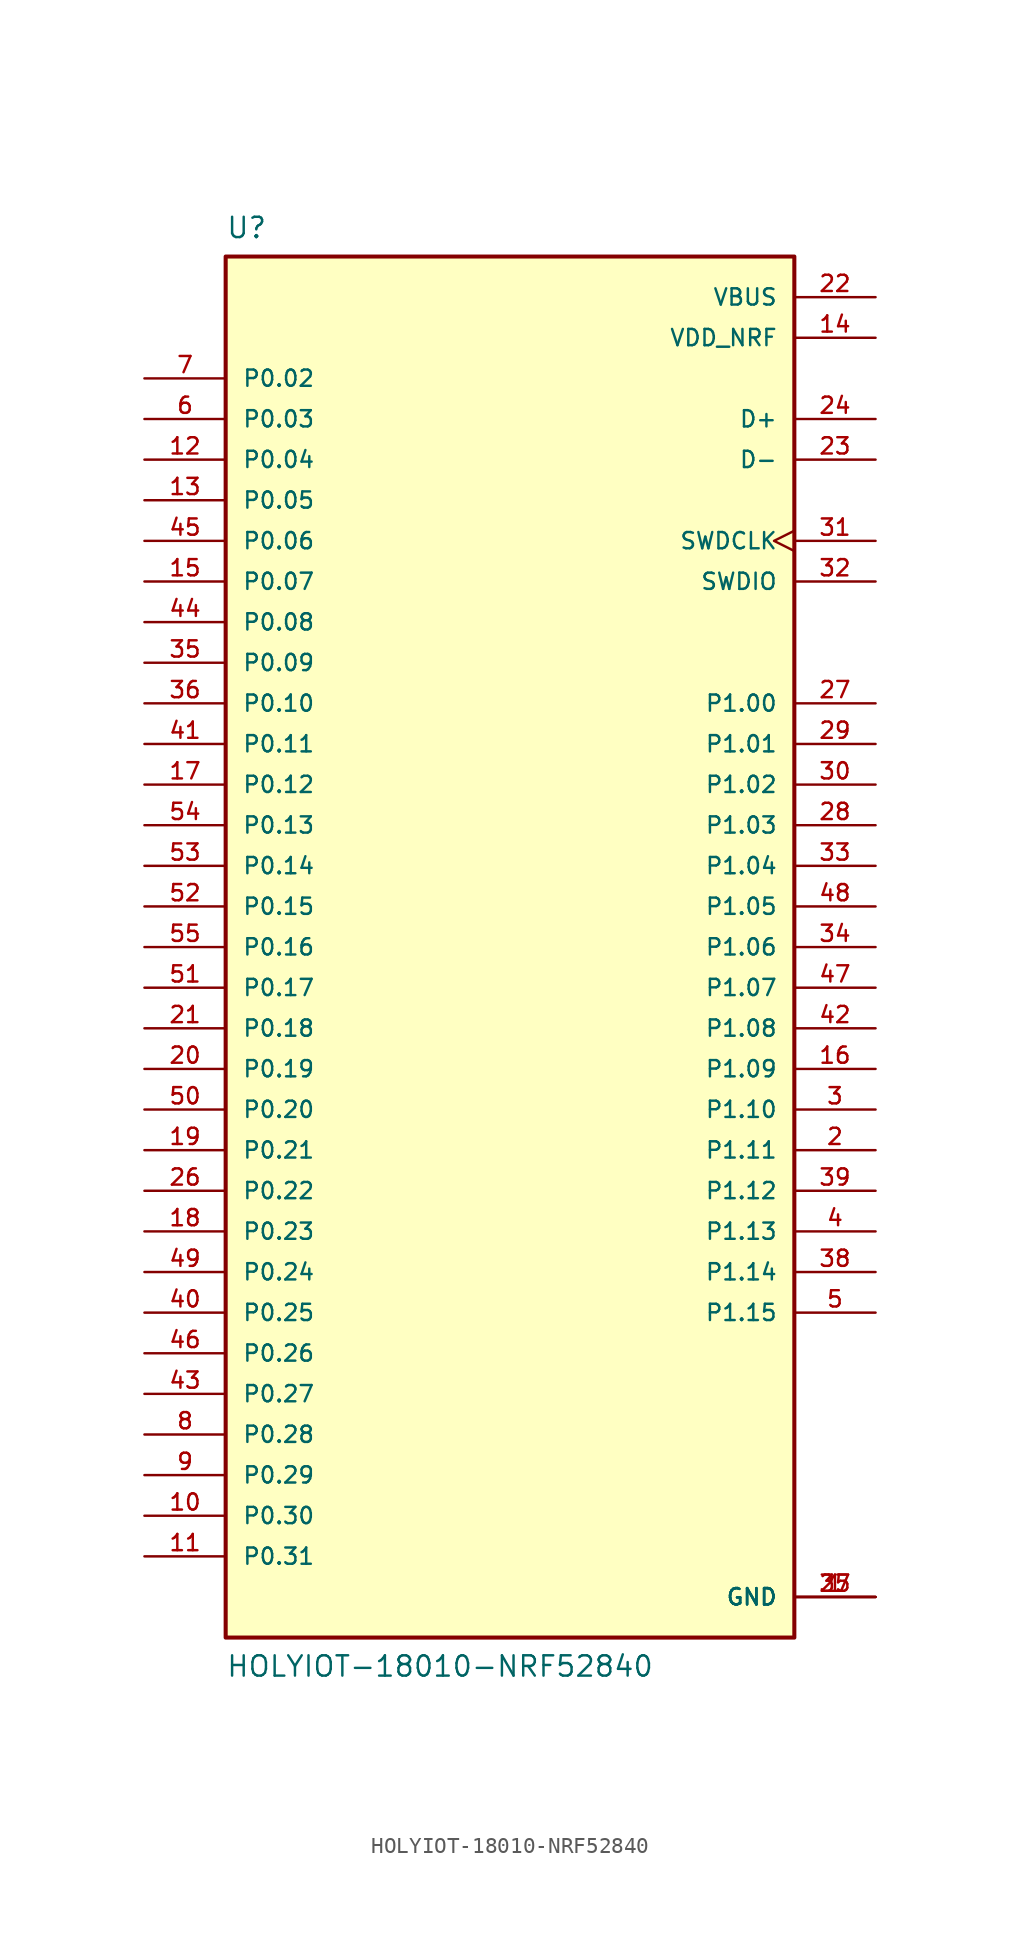
<source format=kicad_sym>
(kicad_symbol_lib
  (version 20211014)
  (generator kicad_symbol_editor)
  (symbol "HOLYIOT-18010-NRF52840"
    (pin_names
      (offset 1.016))
    (property "Reference" "U"
      (at -17.78 45.72 0)
      (effects (font (size 1.27 1.27)) (justify top left)))
    (property "Value" "HOLYIOT-18010-NRF52840"
      (at -17.78 -45.72 0)
      (effects (font (size 1.27 1.27)) (justify bottom left)))
    (symbol "HOLYIOT-18010-NRF52840_0_0"
      (rectangle (start -17.78 -43.18) (end 17.78 43.18) (stroke (width 0.254)) (fill (type background)))
      (pin power_in line (at 22.86 -40.64 180.0) (length 5.08) (name "GND" (effects (font (size 1.016 1.016)))) (number "1" (effects (font (size 1.016 1.016)))))
      (pin power_in line (at 22.86 -40.64 180.0) (length 5.08) (name "GND" (effects (font (size 1.016 1.016)))) (number "25" (effects (font (size 1.016 1.016)))))
      (pin power_in line (at 22.86 -40.64 180.0) (length 5.08) (name "GND" (effects (font (size 1.016 1.016)))) (number "37" (effects (font (size 1.016 1.016)))))
      (pin bidirectional line (at 22.86 -12.7 180.0) (length 5.08) (name "P1.11" (effects (font (size 1.016 1.016)))) (number "2" (effects (font (size 1.016 1.016)))))
      (pin bidirectional line (at 22.86 -10.16 180.0) (length 5.08) (name "P1.10" (effects (font (size 1.016 1.016)))) (number "3" (effects (font (size 1.016 1.016)))))
      (pin bidirectional line (at 22.86 -17.78 180.0) (length 5.08) (name "P1.13" (effects (font (size 1.016 1.016)))) (number "4" (effects (font (size 1.016 1.016)))))
      (pin bidirectional line (at 22.86 -22.86 180.0) (length 5.08) (name "P1.15" (effects (font (size 1.016 1.016)))) (number "5" (effects (font (size 1.016 1.016)))))
      (pin bidirectional line (at -22.86 33.02 0) (length 5.08) (name "P0.03" (effects (font (size 1.016 1.016)))) (number "6" (effects (font (size 1.016 1.016)))))
      (pin bidirectional line (at -22.86 35.56 0) (length 5.08) (name "P0.02" (effects (font (size 1.016 1.016)))) (number "7" (effects (font (size 1.016 1.016)))))
      (pin bidirectional line (at -22.86 -30.48 0) (length 5.08) (name "P0.28" (effects (font (size 1.016 1.016)))) (number "8" (effects (font (size 1.016 1.016)))))
      (pin bidirectional line (at -22.86 -33.02 0) (length 5.08) (name "P0.29" (effects (font (size 1.016 1.016)))) (number "9" (effects (font (size 1.016 1.016)))))
      (pin bidirectional line (at -22.86 -35.56 0) (length 5.08) (name "P0.30" (effects (font (size 1.016 1.016)))) (number "10" (effects (font (size 1.016 1.016)))))
      (pin bidirectional line (at -22.86 -38.1 0) (length 5.08) (name "P0.31" (effects (font (size 1.016 1.016)))) (number "11" (effects (font (size 1.016 1.016)))))
      (pin bidirectional line (at -22.86 30.48 0) (length 5.08) (name "P0.04" (effects (font (size 1.016 1.016)))) (number "12" (effects (font (size 1.016 1.016)))))
      (pin bidirectional line (at -22.86 27.94 0) (length 5.08) (name "P0.05" (effects (font (size 1.016 1.016)))) (number "13" (effects (font (size 1.016 1.016)))))
      (pin power_in line (at 22.86 38.1 180.0) (length 5.08) (name "VDD_NRF" (effects (font (size 1.016 1.016)))) (number "14" (effects (font (size 1.016 1.016)))))
      (pin bidirectional line (at -22.86 22.86 0) (length 5.08) (name "P0.07" (effects (font (size 1.016 1.016)))) (number "15" (effects (font (size 1.016 1.016)))))
      (pin bidirectional line (at 22.86 -7.62 180.0) (length 5.08) (name "P1.09" (effects (font (size 1.016 1.016)))) (number "16" (effects (font (size 1.016 1.016)))))
      (pin bidirectional line (at -22.86 -7.62 0) (length 5.08) (name "P0.19" (effects (font (size 1.016 1.016)))) (number "20" (effects (font (size 1.016 1.016)))))
      (pin bidirectional line (at -22.86 10.16 0) (length 5.08) (name "P0.12" (effects (font (size 1.016 1.016)))) (number "17" (effects (font (size 1.016 1.016)))))
      (pin bidirectional line (at -22.86 -5.08 0) (length 5.08) (name "P0.18" (effects (font (size 1.016 1.016)))) (number "21" (effects (font (size 1.016 1.016)))))
      (pin power_in line (at 22.86 40.64 180.0) (length 5.08) (name "VBUS" (effects (font (size 1.016 1.016)))) (number "22" (effects (font (size 1.016 1.016)))))
      (pin bidirectional line (at 22.86 30.48 180.0) (length 5.08) (name "D-" (effects (font (size 1.016 1.016)))) (number "23" (effects (font (size 1.016 1.016)))))
      (pin bidirectional line (at 22.86 33.02 180.0) (length 5.08) (name "D+" (effects (font (size 1.016 1.016)))) (number "24" (effects (font (size 1.016 1.016)))))
      (pin bidirectional line (at -22.86 -15.24 0) (length 5.08) (name "P0.22" (effects (font (size 1.016 1.016)))) (number "26" (effects (font (size 1.016 1.016)))))
      (pin bidirectional line (at 22.86 15.24 180.0) (length 5.08) (name "P1.00" (effects (font (size 1.016 1.016)))) (number "27" (effects (font (size 1.016 1.016)))))
      (pin bidirectional line (at 22.86 7.62 180.0) (length 5.08) (name "P1.03" (effects (font (size 1.016 1.016)))) (number "28" (effects (font (size 1.016 1.016)))))
      (pin bidirectional line (at 22.86 12.7 180.0) (length 5.08) (name "P1.01" (effects (font (size 1.016 1.016)))) (number "29" (effects (font (size 1.016 1.016)))))
      (pin bidirectional line (at 22.86 10.16 180.0) (length 5.08) (name "P1.02" (effects (font (size 1.016 1.016)))) (number "30" (effects (font (size 1.016 1.016)))))
      (pin input clock (at 22.86 25.4 180.0) (length 5.08) (name "SWDCLK" (effects (font (size 1.016 1.016)))) (number "31" (effects (font (size 1.016 1.016)))))
      (pin input line (at 22.86 22.86 180.0) (length 5.08) (name "SWDIO" (effects (font (size 1.016 1.016)))) (number "32" (effects (font (size 1.016 1.016)))))
      (pin bidirectional line (at 22.86 5.08 180.0) (length 5.08) (name "P1.04" (effects (font (size 1.016 1.016)))) (number "33" (effects (font (size 1.016 1.016)))))
      (pin bidirectional line (at 22.86 0.0 180.0) (length 5.08) (name "P1.06" (effects (font (size 1.016 1.016)))) (number "34" (effects (font (size 1.016 1.016)))))
      (pin bidirectional line (at -22.86 17.78 0) (length 5.08) (name "P0.09" (effects (font (size 1.016 1.016)))) (number "35" (effects (font (size 1.016 1.016)))))
      (pin bidirectional line (at -22.86 15.24 0) (length 5.08) (name "P0.10" (effects (font (size 1.016 1.016)))) (number "36" (effects (font (size 1.016 1.016)))))
      (pin bidirectional line (at 22.86 -20.32 180.0) (length 5.08) (name "P1.14" (effects (font (size 1.016 1.016)))) (number "38" (effects (font (size 1.016 1.016)))))
      (pin bidirectional line (at 22.86 -15.24 180.0) (length 5.08) (name "P1.12" (effects (font (size 1.016 1.016)))) (number "39" (effects (font (size 1.016 1.016)))))
      (pin bidirectional line (at -22.86 -22.86 0) (length 5.08) (name "P0.25" (effects (font (size 1.016 1.016)))) (number "40" (effects (font (size 1.016 1.016)))))
      (pin bidirectional line (at -22.86 12.7 0) (length 5.08) (name "P0.11" (effects (font (size 1.016 1.016)))) (number "41" (effects (font (size 1.016 1.016)))))
      (pin bidirectional line (at 22.86 -5.08 180.0) (length 5.08) (name "P1.08" (effects (font (size 1.016 1.016)))) (number "42" (effects (font (size 1.016 1.016)))))
      (pin bidirectional line (at -22.86 -27.94 0) (length 5.08) (name "P0.27" (effects (font (size 1.016 1.016)))) (number "43" (effects (font (size 1.016 1.016)))))
      (pin bidirectional line (at -22.86 20.32 0) (length 5.08) (name "P0.08" (effects (font (size 1.016 1.016)))) (number "44" (effects (font (size 1.016 1.016)))))
      (pin bidirectional line (at -22.86 25.4 0) (length 5.08) (name "P0.06" (effects (font (size 1.016 1.016)))) (number "45" (effects (font (size 1.016 1.016)))))
      (pin bidirectional line (at -22.86 -25.4 0) (length 5.08) (name "P0.26" (effects (font (size 1.016 1.016)))) (number "46" (effects (font (size 1.016 1.016)))))
      (pin bidirectional line (at 22.86 -2.54 180.0) (length 5.08) (name "P1.07" (effects (font (size 1.016 1.016)))) (number "47" (effects (font (size 1.016 1.016)))))
      (pin bidirectional line (at 22.86 2.54 180.0) (length 5.08) (name "P1.05" (effects (font (size 1.016 1.016)))) (number "48" (effects (font (size 1.016 1.016)))))
      (pin bidirectional line (at -22.86 -20.32 0) (length 5.08) (name "P0.24" (effects (font (size 1.016 1.016)))) (number "49" (effects (font (size 1.016 1.016)))))
      (pin bidirectional line (at -22.86 -10.16 0) (length 5.08) (name "P0.20" (effects (font (size 1.016 1.016)))) (number "50" (effects (font (size 1.016 1.016)))))
      (pin bidirectional line (at -22.86 -2.54 0) (length 5.08) (name "P0.17" (effects (font (size 1.016 1.016)))) (number "51" (effects (font (size 1.016 1.016)))))
      (pin bidirectional line (at -22.86 2.54 0) (length 5.08) (name "P0.15" (effects (font (size 1.016 1.016)))) (number "52" (effects (font (size 1.016 1.016)))))
      (pin bidirectional line (at -22.86 5.08 0) (length 5.08) (name "P0.14" (effects (font (size 1.016 1.016)))) (number "53" (effects (font (size 1.016 1.016)))))
      (pin bidirectional line (at -22.86 7.62 0) (length 5.08) (name "P0.13" (effects (font (size 1.016 1.016)))) (number "54" (effects (font (size 1.016 1.016)))))
      (pin bidirectional line (at -22.86 0.0 0) (length 5.08) (name "P0.16" (effects (font (size 1.016 1.016)))) (number "55" (effects (font (size 1.016 1.016)))))
      (pin bidirectional line (at -22.86 -12.7 0) (length 5.08) (name "P0.21" (effects (font (size 1.016 1.016)))) (number "19" (effects (font (size 1.016 1.016)))))
      (pin bidirectional line (at -22.86 -17.78 0) (length 5.08) (name "P0.23" (effects (font (size 1.016 1.016)))) (number "18" (effects (font (size 1.016 1.016))))))))
</source>
